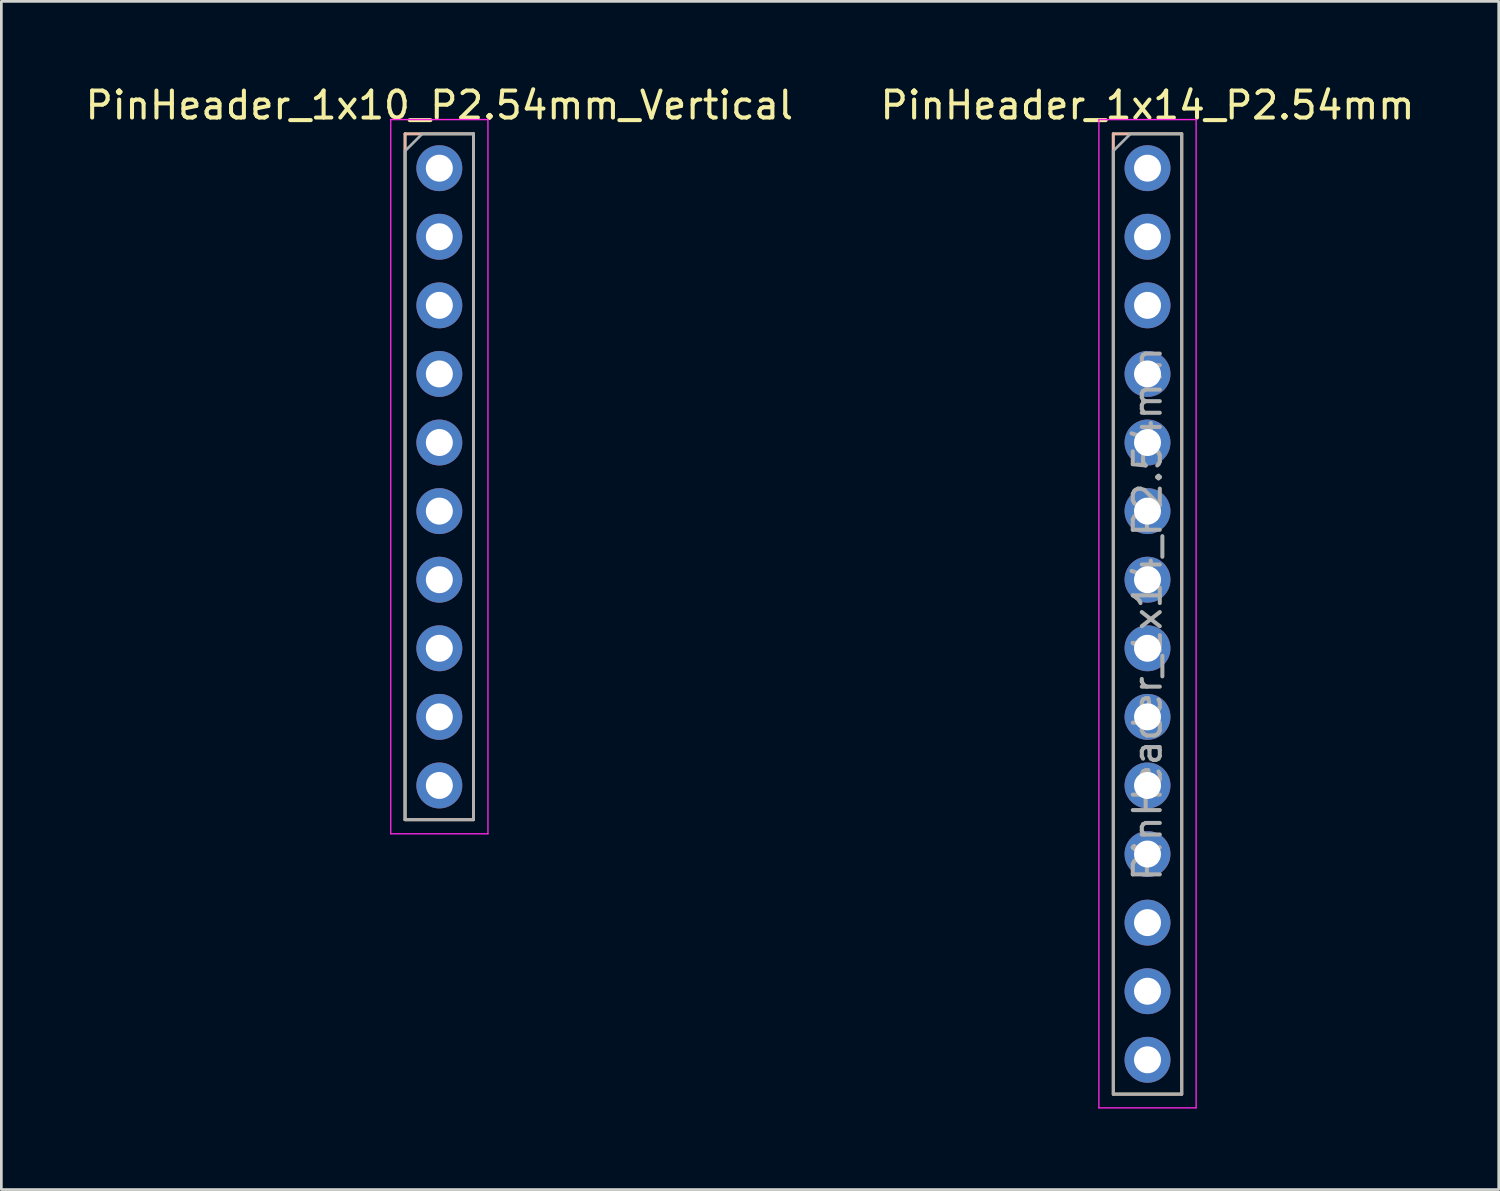
<source format=kicad_pcb>
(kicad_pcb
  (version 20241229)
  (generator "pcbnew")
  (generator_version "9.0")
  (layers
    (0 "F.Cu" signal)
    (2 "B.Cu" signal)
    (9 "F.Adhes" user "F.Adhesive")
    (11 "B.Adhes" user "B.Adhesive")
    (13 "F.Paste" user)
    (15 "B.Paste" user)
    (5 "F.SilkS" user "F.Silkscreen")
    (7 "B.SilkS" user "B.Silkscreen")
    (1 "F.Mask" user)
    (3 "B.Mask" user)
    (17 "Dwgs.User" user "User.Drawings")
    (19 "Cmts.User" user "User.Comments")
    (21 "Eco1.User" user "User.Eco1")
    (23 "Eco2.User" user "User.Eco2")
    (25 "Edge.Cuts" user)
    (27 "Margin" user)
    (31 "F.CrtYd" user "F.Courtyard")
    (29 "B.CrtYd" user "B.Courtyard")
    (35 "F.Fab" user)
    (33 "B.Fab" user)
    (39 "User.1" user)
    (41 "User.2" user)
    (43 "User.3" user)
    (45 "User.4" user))
  (footprint "PinHeader_1x10_P2.54mm_Vertical"
    (layer "F.Cu")
    (at 13.22 3.178)
    (property "Reference" "PinHeader_1x10_P2.54mm_Vertical" (at 0 -2.33 0) (layer "F.SilkS") (effects (font (size 1 1) (thickness 0.15))))
    (attr through_hole)
    (fp_line (start -1.27 -1.27) (end 1.27 -1.27) (stroke (width 0.1) (type default)) (layer "F.SilkS"))
    (fp_line (start -1.27 24.13) (end -1.27 -1.27) (stroke (width 0.1) (type default)) (layer "F.SilkS"))
    (fp_line (start 1.27 -1.27) (end 1.27 24.13) (stroke (width 0.1) (type default)) (layer "F.SilkS"))
    (fp_line (start 1.27 24.13) (end -1.27 24.13) (stroke (width 0.1) (type default)) (layer "F.SilkS"))
    (fp_line (start -1.27 -1.27) (end 1.27 -1.27) (stroke (width 0.1) (type default)) (layer "B.SilkS"))
    (fp_line (start -1.27 24.13) (end -1.27 -1.27) (stroke (width 0.1) (type default)) (layer "B.SilkS"))
    (fp_line (start 1.27 -1.27) (end 1.27 24.13) (stroke (width 0.1) (type default)) (layer "B.SilkS"))
    (fp_line (start 1.27 24.13) (end -1.27 24.13) (stroke (width 0.1) (type default)) (layer "B.SilkS"))
    (fp_line (start -1.8 -1.8) (end -1.8 24.65) (stroke (width 0.05) (type solid)) (layer "F.CrtYd"))
    (fp_line (start -1.8 24.65) (end 1.8 24.65) (stroke (width 0.05) (type solid)) (layer "F.CrtYd"))
    (fp_line (start 1.8 -1.8) (end -1.8 -1.8) (stroke (width 0.05) (type solid)) (layer "F.CrtYd"))
    (fp_line (start 1.8 24.65) (end 1.8 -1.8) (stroke (width 0.05) (type solid)) (layer "F.CrtYd"))
    (fp_line (start -1.27 -0.635) (end -0.635 -1.27) (stroke (width 0.1) (type solid)) (layer "F.Fab"))
    (fp_line (start -1.27 24.13) (end -1.27 -0.635) (stroke (width 0.1) (type solid)) (layer "F.Fab"))
    (fp_line (start -0.635 -1.27) (end 1.27 -1.27) (stroke (width 0.1) (type solid)) (layer "F.Fab"))
    (fp_line (start 1.27 -1.27) (end 1.27 24.13) (stroke (width 0.1) (type solid)) (layer "F.Fab"))
    (fp_line (start 1.27 24.13) (end -1.27 24.13) (stroke (width 0.1) (type solid)) (layer "F.Fab"))
    (pad "1" thru_hole circle (at 0 0) (size 1.7 1.7) (drill 1) (layers "*.Cu" "*.Mask"))
    (pad "2" thru_hole oval (at 0 2.54) (size 1.7 1.7) (drill 1) (layers "*.Cu" "*.Mask"))
    (pad "3" thru_hole oval (at 0 5.08) (size 1.7 1.7) (drill 1) (layers "*.Cu" "*.Mask"))
    (pad "4" thru_hole oval (at 0 7.62) (size 1.7 1.7) (drill 1) (layers "*.Cu" "*.Mask"))
    (pad "5" thru_hole oval (at 0 10.16) (size 1.7 1.7) (drill 1) (layers "*.Cu" "*.Mask"))
    (pad "6" thru_hole oval (at 0 12.7) (size 1.7 1.7) (drill 1) (layers "*.Cu" "*.Mask"))
    (pad "7" thru_hole oval (at 0 15.24) (size 1.7 1.7) (drill 1) (layers "*.Cu" "*.Mask"))
    (pad "8" thru_hole oval (at 0 17.78) (size 1.7 1.7) (drill 1) (layers "*.Cu" "*.Mask"))
    (pad "9" thru_hole oval (at 0 20.32) (size 1.7 1.7) (drill 1) (layers "*.Cu" "*.Mask"))
    (pad "10" thru_hole oval (at 0 22.86) (size 1.7 1.7) (drill 1) (layers "*.Cu" "*.Mask")))
  (footprint "PinHeader_1x14_P2.54mm"
    (layer "F.Cu")
    (at 39.446 3.178)
    (property "Reference" "PinHeader_1x14_P2.54mm" (at 0 -2.33 0) (layer "F.SilkS") (effects (font (size 1 1) (thickness 0.15))))
    (attr through_hole)
    (fp_line (start -1.27 -1.27) (end 1.27 -1.27) (stroke (width 0.1) (type default)) (layer "F.SilkS"))
    (fp_line (start -1.27 34.29) (end -1.27 -1.27) (stroke (width 0.1) (type default)) (layer "F.SilkS"))
    (fp_line (start 1.27 -1.27) (end 1.27 34.29) (stroke (width 0.1) (type default)) (layer "F.SilkS"))
    (fp_line (start 1.27 34.29) (end -1.27 34.29) (stroke (width 0.1) (type default)) (layer "F.SilkS"))
    (fp_line (start -1.27 -1.27) (end 1.27 -1.27) (stroke (width 0.1) (type default)) (layer "B.SilkS"))
    (fp_line (start -1.27 34.29) (end -1.27 -1.27) (stroke (width 0.1) (type default)) (layer "B.SilkS"))
    (fp_line (start 1.27 -1.27) (end 1.27 34.29) (stroke (width 0.1) (type default)) (layer "B.SilkS"))
    (fp_line (start 1.27 34.29) (end -1.27 34.29) (stroke (width 0.1) (type default)) (layer "B.SilkS"))
    (fp_line (start -1.8 -1.8) (end -1.8 34.8) (stroke (width 0.05) (type solid)) (layer "F.CrtYd"))
    (fp_line (start -1.8 34.8) (end 1.8 34.8) (stroke (width 0.05) (type solid)) (layer "F.CrtYd"))
    (fp_line (start 1.8 -1.8) (end -1.8 -1.8) (stroke (width 0.05) (type solid)) (layer "F.CrtYd"))
    (fp_line (start 1.8 34.8) (end 1.8 -1.8) (stroke (width 0.05) (type solid)) (layer "F.CrtYd"))
    (fp_line (start -1.27 -0.635) (end -0.635 -1.27) (stroke (width 0.1) (type solid)) (layer "F.Fab"))
    (fp_line (start -1.27 34.29) (end -1.27 -0.635) (stroke (width 0.1) (type solid)) (layer "F.Fab"))
    (fp_line (start -0.635 -1.27) (end 1.27 -1.27) (stroke (width 0.1) (type solid)) (layer "F.Fab"))
    (fp_line (start 1.27 -1.27) (end 1.27 34.29) (stroke (width 0.1) (type solid)) (layer "F.Fab"))
    (fp_line (start 1.27 34.29) (end -1.27 34.29) (stroke (width 0.1) (type solid)) (layer "F.Fab"))
    (fp_text user "${REFERENCE}" (at 0 16.51 270) (layer "F.Fab") (effects (font (size 1 1) (thickness 0.15))))
    (pad "1" thru_hole circle (at 0 0) (size 1.7 1.7) (drill 1) (layers "*.Cu" "*.Mask"))
    (pad "2" thru_hole oval (at 0 2.54) (size 1.7 1.7) (drill 1) (layers "*.Cu" "*.Mask"))
    (pad "3" thru_hole oval (at 0 5.08) (size 1.7 1.7) (drill 1) (layers "*.Cu" "*.Mask"))
    (pad "4" thru_hole oval (at 0 7.62) (size 1.7 1.7) (drill 1) (layers "*.Cu" "*.Mask"))
    (pad "5" thru_hole oval (at 0 10.16) (size 1.7 1.7) (drill 1) (layers "*.Cu" "*.Mask"))
    (pad "6" thru_hole oval (at 0 12.7) (size 1.7 1.7) (drill 1) (layers "*.Cu" "*.Mask"))
    (pad "7" thru_hole oval (at 0 15.24) (size 1.7 1.7) (drill 1) (layers "*.Cu" "*.Mask"))
    (pad "8" thru_hole oval (at 0 17.78) (size 1.7 1.7) (drill 1) (layers "*.Cu" "*.Mask"))
    (pad "9" thru_hole oval (at 0 20.32) (size 1.7 1.7) (drill 1) (layers "*.Cu" "*.Mask"))
    (pad "10" thru_hole oval (at 0 22.86) (size 1.7 1.7) (drill 1) (layers "*.Cu" "*.Mask"))
    (pad "11" thru_hole oval (at 0 25.4) (size 1.7 1.7) (drill 1) (layers "*.Cu" "*.Mask"))
    (pad "12" thru_hole oval (at 0 27.94) (size 1.7 1.7) (drill 1) (layers "*.Cu" "*.Mask"))
    (pad "13" thru_hole oval (at 0 30.48) (size 1.7 1.7) (drill 1) (layers "*.Cu" "*.Mask"))
    (pad "14" thru_hole oval (at 0 33.02) (size 1.7 1.7) (drill 1) (layers "*.Cu" "*.Mask")))
  (gr_rect
    (start -3 -3)
    (end 52.452 41.003)
    (stroke (width 0.1) (type default))
    (fill no)
    (layer "Edge.Cuts")))
</source>
